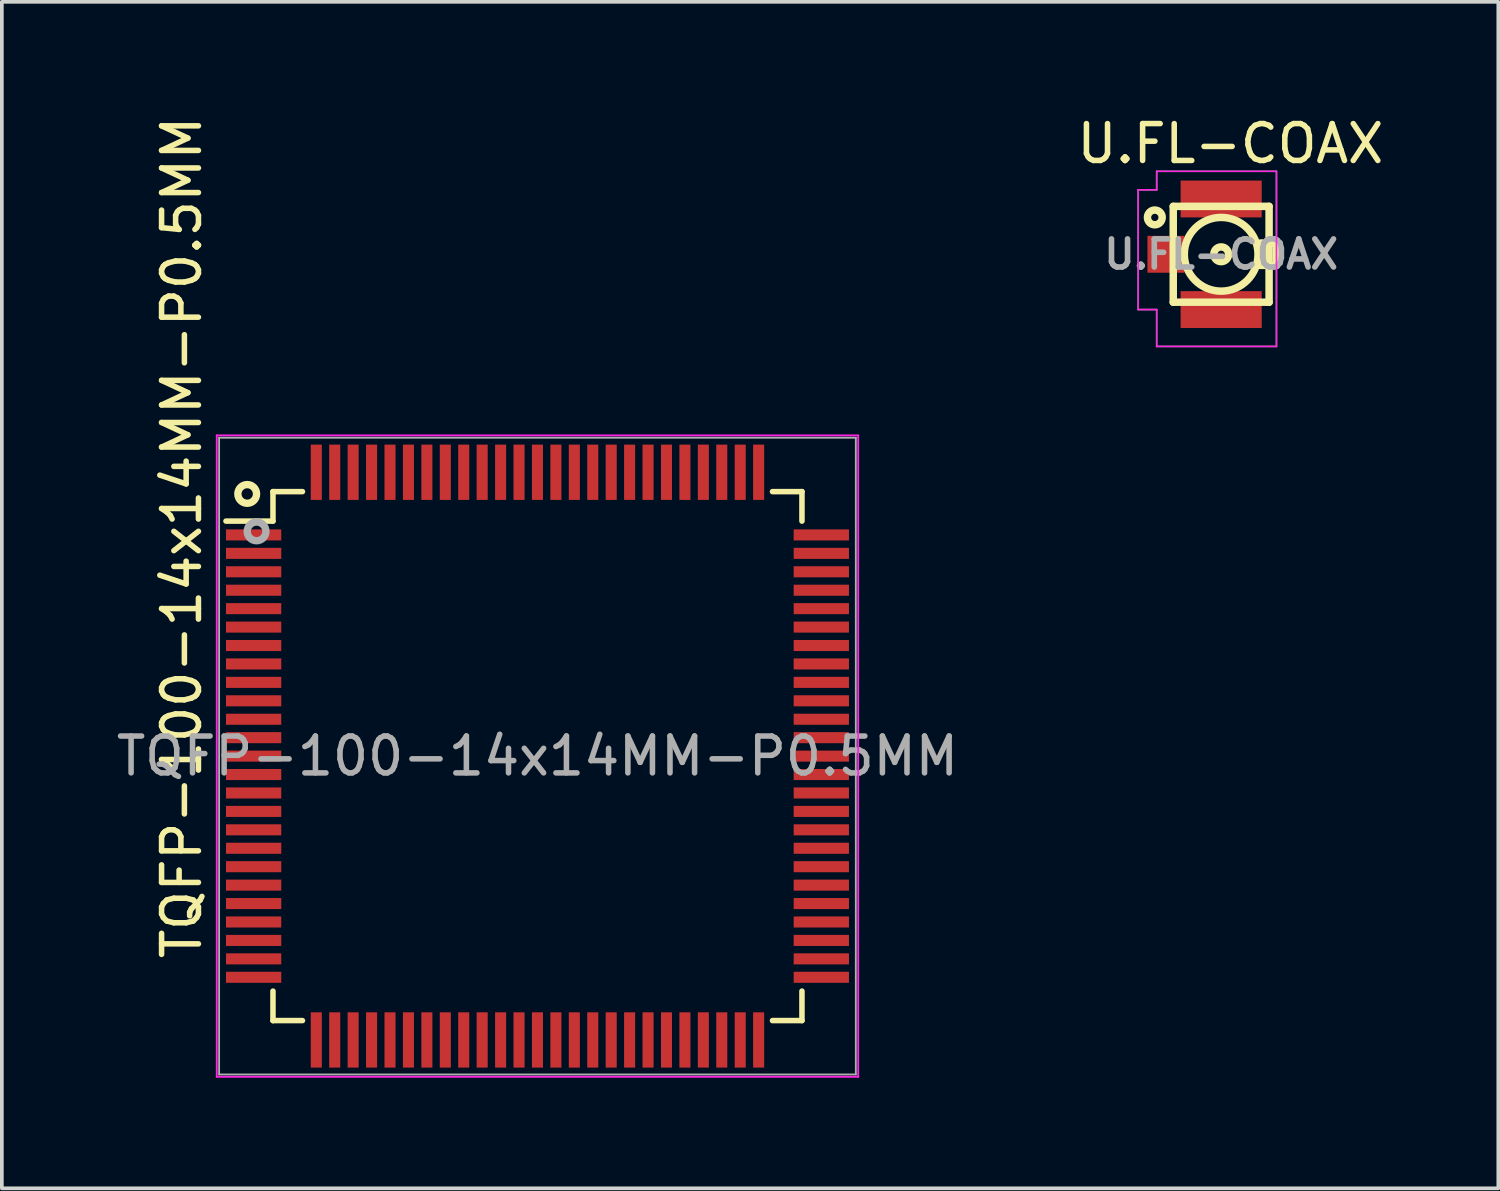
<source format=kicad_pcb>
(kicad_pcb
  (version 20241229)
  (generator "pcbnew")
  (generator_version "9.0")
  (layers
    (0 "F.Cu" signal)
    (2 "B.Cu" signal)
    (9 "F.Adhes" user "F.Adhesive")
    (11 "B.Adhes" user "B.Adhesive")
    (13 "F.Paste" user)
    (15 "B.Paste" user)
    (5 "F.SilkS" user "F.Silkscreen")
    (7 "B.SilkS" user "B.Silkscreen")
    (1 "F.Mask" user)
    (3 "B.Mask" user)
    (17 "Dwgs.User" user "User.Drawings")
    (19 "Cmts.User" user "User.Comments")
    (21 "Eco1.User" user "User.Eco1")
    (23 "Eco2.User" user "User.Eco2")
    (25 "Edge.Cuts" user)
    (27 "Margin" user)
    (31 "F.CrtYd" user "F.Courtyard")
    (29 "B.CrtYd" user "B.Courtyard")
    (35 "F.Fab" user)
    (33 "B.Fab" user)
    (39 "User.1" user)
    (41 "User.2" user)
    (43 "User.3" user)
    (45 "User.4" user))
  (footprint "U.FL-COAX"
    (layer "F.Cu")
    (at 30.077 3.848)
    (property "Reference" "U.FL-COAX" (at 0 0 0) (layer "F.Fab") (effects (font (size 0.762 0.762) (thickness 0.152))))
    (attr smd)
    (fp_line (start -1.3 -1.3) (end -1.3 1.3) (stroke (width 0.203) (type solid)) (layer "F.SilkS"))
    (fp_line (start -1.3 1.3) (end 1.3 1.3) (stroke (width 0.203) (type solid)) (layer "F.SilkS"))
    (fp_line (start 1.1 0.3) (end 1.1 -0.3) (stroke (width 0.203) (type solid)) (layer "F.SilkS"))
    (fp_line (start 1.3 -1.3) (end -1.3 -1.3) (stroke (width 0.203) (type solid)) (layer "F.SilkS"))
    (fp_line (start 1.3 1.3) (end 1.3 -1.3) (stroke (width 0.203) (type solid)) (layer "F.SilkS"))
    (fp_line (start 1.5 -0.3) (end 1 -0.3) (stroke (width 0.203) (type solid)) (layer "F.SilkS"))
    (fp_line (start 1.5 0.3) (end 1 0.3) (stroke (width 0.203) (type solid)) (layer "F.SilkS"))
    (fp_line (start 1.5 0.3) (end 1.5 -0.3) (stroke (width 0.203) (type solid)) (layer "F.SilkS"))
    (fp_circle (center -1.8 -1) (end -1.6 -1) (stroke (width 0.203) (type solid)) (fill no) (layer "F.SilkS"))
    (fp_circle (center 0 0) (end 0.2 0) (stroke (width 0.203) (type solid)) (fill no) (layer "F.SilkS"))
    (fp_circle (center 0 0) (end 1 0) (stroke (width 0.203) (type solid)) (fill no) (layer "F.SilkS"))
    (fp_line (start -2.25 -1.75) (end -2.25 1.5) (stroke (width 0.041) (type solid)) (layer "F.CrtYd"))
    (fp_line (start -2.25 -1.75) (end -1.75 -1.75) (stroke (width 0.041) (type solid)) (layer "F.CrtYd"))
    (fp_line (start -1.75 -1.75) (end -1.75 -2.25) (stroke (width 0.041) (type solid)) (layer "F.CrtYd"))
    (fp_line (start -1.75 1.5) (end -2.25 1.5) (stroke (width 0.041) (type solid)) (layer "F.CrtYd"))
    (fp_line (start -1.75 2.5) (end -1.75 1.5) (stroke (width 0.041) (type solid)) (layer "F.CrtYd"))
    (fp_line (start -1.75 2.5) (end 1.5 2.5) (stroke (width 0.041) (type solid)) (layer "F.CrtYd"))
    (fp_line (start 1.5 -2.25) (end -1.75 -2.25) (stroke (width 0.041) (type solid)) (layer "F.CrtYd"))
    (fp_line (start 1.5 2.5) (end 1.5 -2.25) (stroke (width 0.041) (type solid)) (layer "F.CrtYd"))
    (fp_line (start -2.25 -1.75) (end -2.25 1.5) (stroke (width 0.041) (type solid)) (layer "F.Fab"))
    (fp_line (start -2.25 1.5) (end -1.75 1.5) (stroke (width 0.041) (type solid)) (layer "F.Fab"))
    (fp_line (start -1.75 -2.25) (end -1.75 -1.75) (stroke (width 0.041) (type solid)) (layer "F.Fab"))
    (fp_line (start -1.75 -2.25) (end -1.5 -2.25) (stroke (width 0.041) (type solid)) (layer "F.Fab"))
    (fp_line (start -1.75 -1.75) (end -2.25 -1.75) (stroke (width 0.041) (type solid)) (layer "F.Fab"))
    (fp_line (start -1.75 1.5) (end -1.75 2.5) (stroke (width 0.041) (type solid)) (layer "F.Fab"))
    (fp_line (start -1.75 2.5) (end 1.5 2.5) (stroke (width 0.041) (type solid)) (layer "F.Fab"))
    (fp_line (start 1.5 -2.25) (end -1.5 -2.25) (stroke (width 0.041) (type solid)) (layer "F.Fab"))
    (fp_line (start 1.5 2.5) (end 1.5 -2.25) (stroke (width 0.041) (type solid)) (layer "F.Fab"))
    (fp_text user "${REFERENCE}" (at 0.25 -3 0) (layer "F.SilkS") (effects (font (size 1 1) (thickness 0.15))))
    (pad "GND" smd rect (at 0 -1.5) (size 2.2 1) (layers "F.Cu" "F.Mask" "F.Paste"))
    (pad "GND" smd rect (at 0 1.5) (size 2.2 1) (layers "F.Cu" "F.Mask" "F.Paste"))
    (pad "SIG" smd rect (at -1.5 0) (size 1 1) (layers "F.Cu" "F.Mask" "F.Paste")))
  (footprint "TQFP-100-14x14MM-P0.5MM"
    (layer "F.Cu")
    (at 11.53 17.461)
    (property "Reference" "TQFP-100-14x14MM-P0.5MM" (at 0 0 180) (layer "F.Fab") (effects (font (size 1 1) (thickness 0.15))))
    (attr smd)
    (fp_line (start -7.175 -7.175) (end -7.175 -6.375) (stroke (width 0.15) (type solid)) (layer "F.SilkS"))
    (fp_line (start -7.175 -7.175) (end -6.375 -7.175) (stroke (width 0.15) (type solid)) (layer "F.SilkS"))
    (fp_line (start -7.175 -6.375) (end -8.45 -6.375) (stroke (width 0.15) (type solid)) (layer "F.SilkS"))
    (fp_line (start -7.175 7.175) (end -7.175 6.375) (stroke (width 0.15) (type solid)) (layer "F.SilkS"))
    (fp_line (start -7.175 7.175) (end -6.375 7.175) (stroke (width 0.15) (type solid)) (layer "F.SilkS"))
    (fp_line (start 7.175 -7.175) (end 6.375 -7.175) (stroke (width 0.15) (type solid)) (layer "F.SilkS"))
    (fp_line (start 7.175 -7.175) (end 7.175 -6.375) (stroke (width 0.15) (type solid)) (layer "F.SilkS"))
    (fp_line (start 7.175 7.175) (end 6.375 7.175) (stroke (width 0.15) (type solid)) (layer "F.SilkS"))
    (fp_line (start 7.175 7.175) (end 7.175 6.375) (stroke (width 0.15) (type solid)) (layer "F.SilkS"))
    (fp_circle (center -7.874 -7.112) (end -7.874 -6.858) (stroke (width 0.2) (type solid)) (fill no) (layer "F.SilkS"))
    (fp_line (start -8.7 -8.7) (end -8.7 8.7) (stroke (width 0.05) (type solid)) (layer "F.CrtYd"))
    (fp_line (start -8.7 -8.7) (end 8.7 -8.7) (stroke (width 0.05) (type solid)) (layer "F.CrtYd"))
    (fp_line (start -8.7 8.7) (end 8.7 8.7) (stroke (width 0.05) (type solid)) (layer "F.CrtYd"))
    (fp_line (start 8.7 -8.7) (end 8.7 8.7) (stroke (width 0.05) (type solid)) (layer "F.CrtYd"))
    (fp_line (start -8.636 -8.636) (end -8.636 8.636) (stroke (width 0.05) (type solid)) (layer "F.Fab"))
    (fp_line (start -8.636 8.636) (end 8.636 8.636) (stroke (width 0.05) (type solid)) (layer "F.Fab"))
    (fp_line (start 8.636 -8.636) (end -8.636 -8.636) (stroke (width 0.05) (type solid)) (layer "F.Fab"))
    (fp_line (start 8.636 8.636) (end 8.636 -8.636) (stroke (width 0.05) (type solid)) (layer "F.Fab"))
    (fp_circle (center -7.62 -6.096) (end -7.62 -5.842) (stroke (width 0.2) (type solid)) (fill no) (layer "F.Fab"))
    (fp_text user "${REFERENCE}" (at -9.652 -5.931 90) (layer "F.SilkS") (effects (font (size 1 1) (thickness 0.15))))
    (pad "1" smd rect (at -7.7 -6) (size 1.5 0.3) (layers "F.Cu" "F.Mask" "F.Paste"))
    (pad "2" smd rect (at -7.7 -5.5) (size 1.5 0.3) (layers "F.Cu" "F.Mask" "F.Paste"))
    (pad "3" smd rect (at -7.7 -5) (size 1.5 0.3) (layers "F.Cu" "F.Mask" "F.Paste"))
    (pad "4" smd rect (at -7.7 -4.5) (size 1.5 0.3) (layers "F.Cu" "F.Mask" "F.Paste"))
    (pad "5" smd rect (at -7.7 -4) (size 1.5 0.3) (layers "F.Cu" "F.Mask" "F.Paste"))
    (pad "6" smd rect (at -7.7 -3.5) (size 1.5 0.3) (layers "F.Cu" "F.Mask" "F.Paste"))
    (pad "7" smd rect (at -7.7 -3) (size 1.5 0.3) (layers "F.Cu" "F.Mask" "F.Paste"))
    (pad "8" smd rect (at -7.7 -2.5) (size 1.5 0.3) (layers "F.Cu" "F.Mask" "F.Paste"))
    (pad "9" smd rect (at -7.7 -2) (size 1.5 0.3) (layers "F.Cu" "F.Mask" "F.Paste"))
    (pad "10" smd rect (at -7.7 -1.5) (size 1.5 0.3) (layers "F.Cu" "F.Mask" "F.Paste"))
    (pad "11" smd rect (at -7.7 -1) (size 1.5 0.3) (layers "F.Cu" "F.Mask" "F.Paste"))
    (pad "12" smd rect (at -7.7 -0.5) (size 1.5 0.3) (layers "F.Cu" "F.Mask" "F.Paste"))
    (pad "13" smd rect (at -7.7 0) (size 1.5 0.3) (layers "F.Cu" "F.Mask" "F.Paste"))
    (pad "14" smd rect (at -7.7 0.5) (size 1.5 0.3) (layers "F.Cu" "F.Mask" "F.Paste"))
    (pad "15" smd rect (at -7.7 1) (size 1.5 0.3) (layers "F.Cu" "F.Mask" "F.Paste"))
    (pad "16" smd rect (at -7.7 1.5) (size 1.5 0.3) (layers "F.Cu" "F.Mask" "F.Paste"))
    (pad "17" smd rect (at -7.7 2) (size 1.5 0.3) (layers "F.Cu" "F.Mask" "F.Paste"))
    (pad "18" smd rect (at -7.7 2.5) (size 1.5 0.3) (layers "F.Cu" "F.Mask" "F.Paste"))
    (pad "19" smd rect (at -7.7 3) (size 1.5 0.3) (layers "F.Cu" "F.Mask" "F.Paste"))
    (pad "20" smd rect (at -7.7 3.5) (size 1.5 0.3) (layers "F.Cu" "F.Mask" "F.Paste"))
    (pad "21" smd rect (at -7.7 4) (size 1.5 0.3) (layers "F.Cu" "F.Mask" "F.Paste"))
    (pad "22" smd rect (at -7.7 4.5) (size 1.5 0.3) (layers "F.Cu" "F.Mask" "F.Paste"))
    (pad "23" smd rect (at -7.7 5) (size 1.5 0.3) (layers "F.Cu" "F.Mask" "F.Paste"))
    (pad "24" smd rect (at -7.7 5.5) (size 1.5 0.3) (layers "F.Cu" "F.Mask" "F.Paste"))
    (pad "25" smd rect (at -7.7 6) (size 1.5 0.3) (layers "F.Cu" "F.Mask" "F.Paste"))
    (pad "26" smd rect (at -6 7.7 90) (size 1.5 0.3) (layers "F.Cu" "F.Mask" "F.Paste"))
    (pad "27" smd rect (at -5.5 7.7 90) (size 1.5 0.3) (layers "F.Cu" "F.Mask" "F.Paste"))
    (pad "28" smd rect (at -5 7.7 90) (size 1.5 0.3) (layers "F.Cu" "F.Mask" "F.Paste"))
    (pad "29" smd rect (at -4.5 7.7 90) (size 1.5 0.3) (layers "F.Cu" "F.Mask" "F.Paste"))
    (pad "30" smd rect (at -4 7.7 90) (size 1.5 0.3) (layers "F.Cu" "F.Mask" "F.Paste"))
    (pad "31" smd rect (at -3.5 7.7 90) (size 1.5 0.3) (layers "F.Cu" "F.Mask" "F.Paste"))
    (pad "32" smd rect (at -3 7.7 90) (size 1.5 0.3) (layers "F.Cu" "F.Mask" "F.Paste"))
    (pad "33" smd rect (at -2.5 7.7 90) (size 1.5 0.3) (layers "F.Cu" "F.Mask" "F.Paste"))
    (pad "34" smd rect (at -2 7.7 90) (size 1.5 0.3) (layers "F.Cu" "F.Mask" "F.Paste"))
    (pad "35" smd rect (at -1.5 7.7 90) (size 1.5 0.3) (layers "F.Cu" "F.Mask" "F.Paste"))
    (pad "36" smd rect (at -1 7.7 90) (size 1.5 0.3) (layers "F.Cu" "F.Mask" "F.Paste"))
    (pad "37" smd rect (at -0.5 7.7 90) (size 1.5 0.3) (layers "F.Cu" "F.Mask" "F.Paste"))
    (pad "38" smd rect (at 0 7.7 90) (size 1.5 0.3) (layers "F.Cu" "F.Mask" "F.Paste"))
    (pad "39" smd rect (at 0.5 7.7 90) (size 1.5 0.3) (layers "F.Cu" "F.Mask" "F.Paste"))
    (pad "40" smd rect (at 1 7.7 90) (size 1.5 0.3) (layers "F.Cu" "F.Mask" "F.Paste"))
    (pad "41" smd rect (at 1.5 7.7 90) (size 1.5 0.3) (layers "F.Cu" "F.Mask" "F.Paste"))
    (pad "42" smd rect (at 2 7.7 90) (size 1.5 0.3) (layers "F.Cu" "F.Mask" "F.Paste"))
    (pad "43" smd rect (at 2.5 7.7 90) (size 1.5 0.3) (layers "F.Cu" "F.Mask" "F.Paste"))
    (pad "44" smd rect (at 3 7.7 90) (size 1.5 0.3) (layers "F.Cu" "F.Mask" "F.Paste"))
    (pad "45" smd rect (at 3.5 7.7 90) (size 1.5 0.3) (layers "F.Cu" "F.Mask" "F.Paste"))
    (pad "46" smd rect (at 4 7.7 90) (size 1.5 0.3) (layers "F.Cu" "F.Mask" "F.Paste"))
    (pad "47" smd rect (at 4.5 7.7 90) (size 1.5 0.3) (layers "F.Cu" "F.Mask" "F.Paste"))
    (pad "48" smd rect (at 5 7.7 90) (size 1.5 0.3) (layers "F.Cu" "F.Mask" "F.Paste"))
    (pad "49" smd rect (at 5.5 7.7 90) (size 1.5 0.3) (layers "F.Cu" "F.Mask" "F.Paste"))
    (pad "50" smd rect (at 6 7.7 90) (size 1.5 0.3) (layers "F.Cu" "F.Mask" "F.Paste"))
    (pad "51" smd rect (at 7.7 6) (size 1.5 0.3) (layers "F.Cu" "F.Mask" "F.Paste"))
    (pad "52" smd rect (at 7.7 5.5) (size 1.5 0.3) (layers "F.Cu" "F.Mask" "F.Paste"))
    (pad "53" smd rect (at 7.7 5) (size 1.5 0.3) (layers "F.Cu" "F.Mask" "F.Paste"))
    (pad "54" smd rect (at 7.7 4.5) (size 1.5 0.3) (layers "F.Cu" "F.Mask" "F.Paste"))
    (pad "55" smd rect (at 7.7 4) (size 1.5 0.3) (layers "F.Cu" "F.Mask" "F.Paste"))
    (pad "56" smd rect (at 7.7 3.5) (size 1.5 0.3) (layers "F.Cu" "F.Mask" "F.Paste"))
    (pad "57" smd rect (at 7.7 3) (size 1.5 0.3) (layers "F.Cu" "F.Mask" "F.Paste"))
    (pad "58" smd rect (at 7.7 2.5) (size 1.5 0.3) (layers "F.Cu" "F.Mask" "F.Paste"))
    (pad "59" smd rect (at 7.7 2) (size 1.5 0.3) (layers "F.Cu" "F.Mask" "F.Paste"))
    (pad "60" smd rect (at 7.7 1.5) (size 1.5 0.3) (layers "F.Cu" "F.Mask" "F.Paste"))
    (pad "61" smd rect (at 7.7 1) (size 1.5 0.3) (layers "F.Cu" "F.Mask" "F.Paste"))
    (pad "62" smd rect (at 7.7 0.5) (size 1.5 0.3) (layers "F.Cu" "F.Mask" "F.Paste"))
    (pad "63" smd rect (at 7.7 0) (size 1.5 0.3) (layers "F.Cu" "F.Mask" "F.Paste"))
    (pad "64" smd rect (at 7.7 -0.5) (size 1.5 0.3) (layers "F.Cu" "F.Mask" "F.Paste"))
    (pad "65" smd rect (at 7.7 -1) (size 1.5 0.3) (layers "F.Cu" "F.Mask" "F.Paste"))
    (pad "66" smd rect (at 7.7 -1.5) (size 1.5 0.3) (layers "F.Cu" "F.Mask" "F.Paste"))
    (pad "67" smd rect (at 7.7 -2) (size 1.5 0.3) (layers "F.Cu" "F.Mask" "F.Paste"))
    (pad "68" smd rect (at 7.7 -2.5) (size 1.5 0.3) (layers "F.Cu" "F.Mask" "F.Paste"))
    (pad "69" smd rect (at 7.7 -3) (size 1.5 0.3) (layers "F.Cu" "F.Mask" "F.Paste"))
    (pad "70" smd rect (at 7.7 -3.5) (size 1.5 0.3) (layers "F.Cu" "F.Mask" "F.Paste"))
    (pad "71" smd rect (at 7.7 -4) (size 1.5 0.3) (layers "F.Cu" "F.Mask" "F.Paste"))
    (pad "72" smd rect (at 7.7 -4.5) (size 1.5 0.3) (layers "F.Cu" "F.Mask" "F.Paste"))
    (pad "73" smd rect (at 7.7 -5) (size 1.5 0.3) (layers "F.Cu" "F.Mask" "F.Paste"))
    (pad "74" smd rect (at 7.7 -5.5) (size 1.5 0.3) (layers "F.Cu" "F.Mask" "F.Paste"))
    (pad "75" smd rect (at 7.7 -6) (size 1.5 0.3) (layers "F.Cu" "F.Mask" "F.Paste"))
    (pad "76" smd rect (at 6 -7.7 90) (size 1.5 0.3) (layers "F.Cu" "F.Mask" "F.Paste"))
    (pad "77" smd rect (at 5.5 -7.7 90) (size 1.5 0.3) (layers "F.Cu" "F.Mask" "F.Paste"))
    (pad "78" smd rect (at 5 -7.7 90) (size 1.5 0.3) (layers "F.Cu" "F.Mask" "F.Paste"))
    (pad "79" smd rect (at 4.5 -7.7 90) (size 1.5 0.3) (layers "F.Cu" "F.Mask" "F.Paste"))
    (pad "80" smd rect (at 4 -7.7 90) (size 1.5 0.3) (layers "F.Cu" "F.Mask" "F.Paste"))
    (pad "81" smd rect (at 3.5 -7.7 90) (size 1.5 0.3) (layers "F.Cu" "F.Mask" "F.Paste"))
    (pad "82" smd rect (at 3 -7.7 90) (size 1.5 0.3) (layers "F.Cu" "F.Mask" "F.Paste"))
    (pad "83" smd rect (at 2.5 -7.7 90) (size 1.5 0.3) (layers "F.Cu" "F.Mask" "F.Paste"))
    (pad "84" smd rect (at 2 -7.7 90) (size 1.5 0.3) (layers "F.Cu" "F.Mask" "F.Paste"))
    (pad "85" smd rect (at 1.5 -7.7 90) (size 1.5 0.3) (layers "F.Cu" "F.Mask" "F.Paste"))
    (pad "86" smd rect (at 1 -7.7 90) (size 1.5 0.3) (layers "F.Cu" "F.Mask" "F.Paste"))
    (pad "87" smd rect (at 0.5 -7.7 90) (size 1.5 0.3) (layers "F.Cu" "F.Mask" "F.Paste"))
    (pad "88" smd rect (at 0 -7.7 90) (size 1.5 0.3) (layers "F.Cu" "F.Mask" "F.Paste"))
    (pad "89" smd rect (at -0.5 -7.7 90) (size 1.5 0.3) (layers "F.Cu" "F.Mask" "F.Paste"))
    (pad "90" smd rect (at -1 -7.7 90) (size 1.5 0.3) (layers "F.Cu" "F.Mask" "F.Paste"))
    (pad "91" smd rect (at -1.5 -7.7 90) (size 1.5 0.3) (layers "F.Cu" "F.Mask" "F.Paste"))
    (pad "92" smd rect (at -2 -7.7 90) (size 1.5 0.3) (layers "F.Cu" "F.Mask" "F.Paste"))
    (pad "93" smd rect (at -2.5 -7.7 90) (size 1.5 0.3) (layers "F.Cu" "F.Mask" "F.Paste"))
    (pad "94" smd rect (at -3 -7.7 90) (size 1.5 0.3) (layers "F.Cu" "F.Mask" "F.Paste"))
    (pad "95" smd rect (at -3.5 -7.7 90) (size 1.5 0.3) (layers "F.Cu" "F.Mask" "F.Paste"))
    (pad "96" smd rect (at -4 -7.7 90) (size 1.5 0.3) (layers "F.Cu" "F.Mask" "F.Paste"))
    (pad "97" smd rect (at -4.5 -7.7 90) (size 1.5 0.3) (layers "F.Cu" "F.Mask" "F.Paste"))
    (pad "98" smd rect (at -5 -7.7 90) (size 1.5 0.3) (layers "F.Cu" "F.Mask" "F.Paste"))
    (pad "99" smd rect (at -5.5 -7.7 90) (size 1.5 0.3) (layers "F.Cu" "F.Mask" "F.Paste"))
    (pad "100" smd rect (at -6 -7.7 90) (size 1.5 0.3) (layers "F.Cu" "F.Mask" "F.Paste")))
  (gr_rect
    (start -3 -3)
    (end 37.595 29.186)
    (stroke (width 0.1) (type default))
    (fill no)
    (layer "Edge.Cuts")))
</source>
